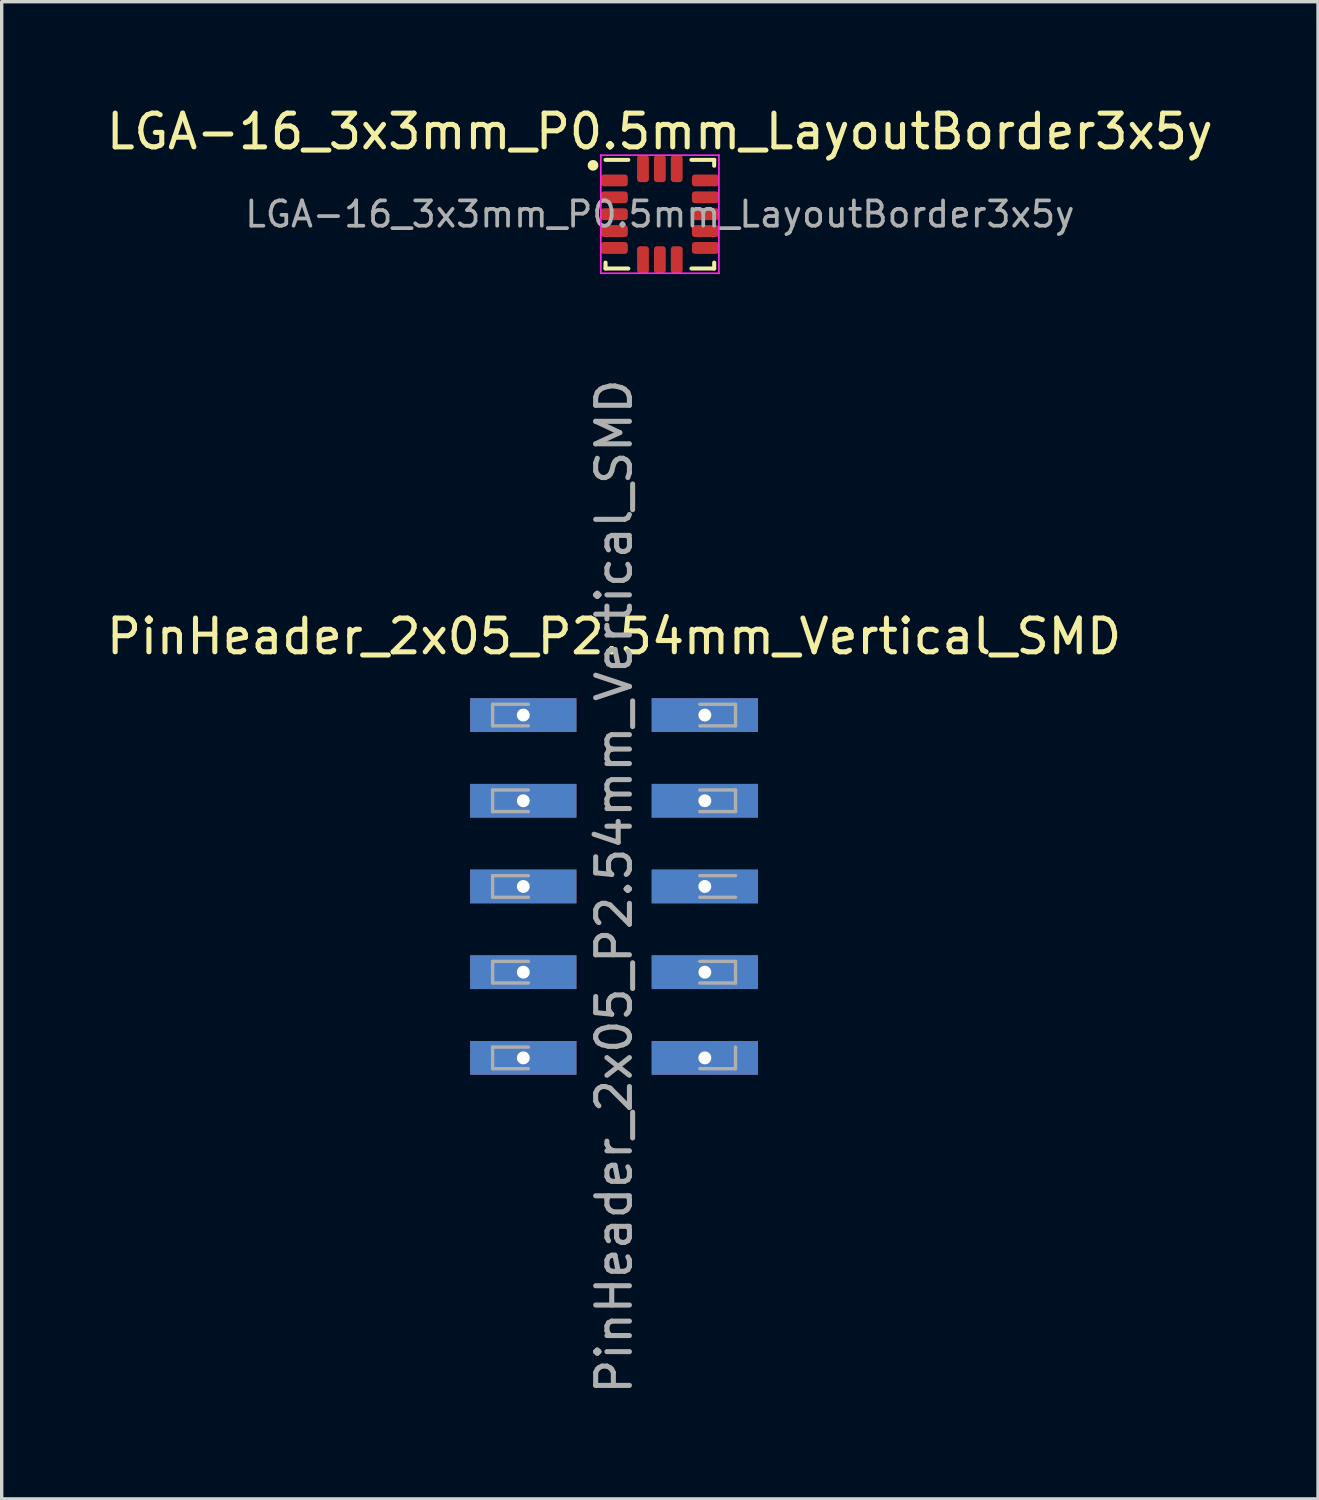
<source format=kicad_pcb>
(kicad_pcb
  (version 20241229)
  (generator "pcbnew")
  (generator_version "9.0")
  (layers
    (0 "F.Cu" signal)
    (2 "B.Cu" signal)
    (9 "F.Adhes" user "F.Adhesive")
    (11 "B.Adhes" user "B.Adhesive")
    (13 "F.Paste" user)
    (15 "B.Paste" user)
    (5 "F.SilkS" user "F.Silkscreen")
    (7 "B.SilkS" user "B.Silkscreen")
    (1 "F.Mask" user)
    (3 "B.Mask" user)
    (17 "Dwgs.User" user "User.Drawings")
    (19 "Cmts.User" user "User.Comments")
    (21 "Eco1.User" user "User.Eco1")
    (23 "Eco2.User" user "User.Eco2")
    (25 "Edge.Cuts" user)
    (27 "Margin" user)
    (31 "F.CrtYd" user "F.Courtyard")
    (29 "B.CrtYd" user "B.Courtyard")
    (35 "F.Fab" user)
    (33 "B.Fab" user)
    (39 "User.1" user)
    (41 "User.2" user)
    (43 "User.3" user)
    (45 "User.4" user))
  (footprint "LGA-16_3x3mm_P0.5mm_LayoutBorder3x5y"
    (layer "F.Cu")
    (at 16.506 3.298)
    (property "Reference" "LGA-16_3x3mm_P0.5mm_LayoutBorder3x5y" (at 0 -2.45 0) (layer "F.SilkS") (effects (font (size 1 1) (thickness 0.15))))
    (attr smd)
    (fp_line (start -1.61 1.61) (end -1.61 1.435) (stroke (width 0.12) (type solid)) (layer "F.SilkS"))
    (fp_line (start -0.935 -1.61) (end -1.61 -1.61) (stroke (width 0.12) (type solid)) (layer "F.SilkS"))
    (fp_line (start -0.935 1.61) (end -1.61 1.61) (stroke (width 0.12) (type solid)) (layer "F.SilkS"))
    (fp_line (start 0.935 -1.61) (end 1.61 -1.61) (stroke (width 0.12) (type solid)) (layer "F.SilkS"))
    (fp_line (start 0.935 1.61) (end 1.61 1.61) (stroke (width 0.12) (type solid)) (layer "F.SilkS"))
    (fp_line (start 1.61 -1.61) (end 1.61 -1.435) (stroke (width 0.12) (type solid)) (layer "F.SilkS"))
    (fp_line (start 1.61 1.61) (end 1.61 1.435) (stroke (width 0.12) (type solid)) (layer "F.SilkS"))
    (fp_circle (center -1.981 -1.448) (end -1.873 -1.448) (stroke (width 0.1) (type solid)) (fill yes) (layer "F.SilkS"))
    (fp_line (start -1.75 -1.75) (end -1.75 1.75) (stroke (width 0.05) (type solid)) (layer "F.CrtYd"))
    (fp_line (start -1.75 1.75) (end 1.75 1.75) (stroke (width 0.05) (type solid)) (layer "F.CrtYd"))
    (fp_line (start 1.75 -1.75) (end -1.75 -1.75) (stroke (width 0.05) (type solid)) (layer "F.CrtYd"))
    (fp_line (start 1.75 1.75) (end 1.75 -1.75) (stroke (width 0.05) (type solid)) (layer "F.CrtYd"))
    (fp_text user "${REFERENCE}" (at 0 0 0) (layer "F.Fab") (effects (font (size 0.75 0.75) (thickness 0.11))))
    (pad "1" smd roundrect (at -1.35 -1) (size 0.8 0.35) (layers "F.Cu" "F.Mask" "F.Paste") (roundrect_rratio 0.25))
    (pad "2" smd roundrect (at -1.35 -0.5) (size 0.8 0.35) (layers "F.Cu" "F.Mask" "F.Paste") (roundrect_rratio 0.25))
    (pad "3" smd roundrect (at -1.35 0) (size 0.8 0.35) (layers "F.Cu" "F.Mask" "F.Paste") (roundrect_rratio 0.25))
    (pad "4" smd roundrect (at -1.35 0.5) (size 0.8 0.35) (layers "F.Cu" "F.Mask" "F.Paste") (roundrect_rratio 0.25))
    (pad "5" smd roundrect (at -1.35 1) (size 0.8 0.35) (layers "F.Cu" "F.Mask" "F.Paste") (roundrect_rratio 0.25))
    (pad "6" smd roundrect (at -0.5 1.35) (size 0.35 0.8) (layers "F.Cu" "F.Mask" "F.Paste") (roundrect_rratio 0.25))
    (pad "7" smd roundrect (at 0 1.35) (size 0.35 0.8) (layers "F.Cu" "F.Mask" "F.Paste") (roundrect_rratio 0.25))
    (pad "8" smd roundrect (at 0.5 1.35) (size 0.35 0.8) (layers "F.Cu" "F.Mask" "F.Paste") (roundrect_rratio 0.25))
    (pad "9" smd roundrect (at 1.35 1) (size 0.8 0.35) (layers "F.Cu" "F.Mask" "F.Paste") (roundrect_rratio 0.25))
    (pad "10" smd roundrect (at 1.35 0.5) (size 0.8 0.35) (layers "F.Cu" "F.Mask" "F.Paste") (roundrect_rratio 0.25))
    (pad "11" smd roundrect (at 1.35 0) (size 0.8 0.35) (layers "F.Cu" "F.Mask" "F.Paste") (roundrect_rratio 0.25))
    (pad "12" smd roundrect (at 1.35 -0.5) (size 0.8 0.35) (layers "F.Cu" "F.Mask" "F.Paste") (roundrect_rratio 0.25))
    (pad "13" smd roundrect (at 1.35 -1) (size 0.8 0.35) (layers "F.Cu" "F.Mask" "F.Paste") (roundrect_rratio 0.25))
    (pad "14" smd roundrect (at 0.5 -1.35) (size 0.35 0.8) (layers "F.Cu" "F.Mask" "F.Paste") (roundrect_rratio 0.25))
    (pad "15" smd roundrect (at 0 -1.35) (size 0.35 0.8) (layers "F.Cu" "F.Mask" "F.Paste") (roundrect_rratio 0.25))
    (pad "16" smd roundrect (at -0.5 -1.35) (size 0.35 0.8) (layers "F.Cu" "F.Mask" "F.Paste") (roundrect_rratio 0.25)))
  (footprint "PinHeader_2x05_P2.54mm_Vertical_SMD"
    (layer "F.Cu")
    (at 15.149 23.222)
    (property "Reference" "PinHeader_2x05_P2.54mm_Vertical_SMD" (at 0 -7.41 0) (layer "F.SilkS") (effects (font (size 1 1) (thickness 0.15))))
    (fp_line (start -3.6 -5.4) (end -3.6 -4.76) (stroke (width 0.1) (type solid)) (layer "F.Fab"))
    (fp_line (start -3.6 -4.76) (end -2.54 -4.76) (stroke (width 0.1) (type solid)) (layer "F.Fab"))
    (fp_line (start -3.6 -2.86) (end -3.6 -2.22) (stroke (width 0.1) (type solid)) (layer "F.Fab"))
    (fp_line (start -3.6 -2.22) (end -2.54 -2.22) (stroke (width 0.1) (type solid)) (layer "F.Fab"))
    (fp_line (start -3.6 -0.32) (end -3.6 0.32) (stroke (width 0.1) (type solid)) (layer "F.Fab"))
    (fp_line (start -3.6 0.32) (end -2.54 0.32) (stroke (width 0.1) (type solid)) (layer "F.Fab"))
    (fp_line (start -3.6 2.22) (end -3.6 2.86) (stroke (width 0.1) (type solid)) (layer "F.Fab"))
    (fp_line (start -3.6 2.86) (end -2.54 2.86) (stroke (width 0.1) (type solid)) (layer "F.Fab"))
    (fp_line (start -3.6 4.76) (end -3.6 5.4) (stroke (width 0.1) (type solid)) (layer "F.Fab"))
    (fp_line (start -3.6 5.4) (end -2.54 5.4) (stroke (width 0.1) (type solid)) (layer "F.Fab"))
    (fp_line (start -2.54 -5.4) (end -3.6 -5.4) (stroke (width 0.1) (type solid)) (layer "F.Fab"))
    (fp_line (start -2.54 -2.86) (end -3.6 -2.86) (stroke (width 0.1) (type solid)) (layer "F.Fab"))
    (fp_line (start -2.54 -0.32) (end -3.6 -0.32) (stroke (width 0.1) (type solid)) (layer "F.Fab"))
    (fp_line (start -2.54 2.22) (end -3.6 2.22) (stroke (width 0.1) (type solid)) (layer "F.Fab"))
    (fp_line (start -2.54 4.76) (end -3.6 4.76) (stroke (width 0.1) (type solid)) (layer "F.Fab"))
    (fp_line (start 2.54 -5.4) (end 3.6 -5.4) (stroke (width 0.1) (type solid)) (layer "F.Fab"))
    (fp_line (start 2.54 -2.86) (end 3.6 -2.86) (stroke (width 0.1) (type solid)) (layer "F.Fab"))
    (fp_line (start 2.54 -0.32) (end 3.6 -0.32) (stroke (width 0.1) (type solid)) (layer "F.Fab"))
    (fp_line (start 2.54 2.22) (end 3.6 2.22) (stroke (width 0.1) (type solid)) (layer "F.Fab"))
    (fp_line (start 3.6 -5.4) (end 3.6 -4.76) (stroke (width 0.1) (type solid)) (layer "F.Fab"))
    (fp_line (start 3.6 -4.76) (end 2.54 -4.76) (stroke (width 0.1) (type solid)) (layer "F.Fab"))
    (fp_line (start 3.6 -2.86) (end 3.6 -2.22) (stroke (width 0.1) (type solid)) (layer "F.Fab"))
    (fp_line (start 3.6 -2.22) (end 2.54 -2.22) (stroke (width 0.1) (type solid)) (layer "F.Fab"))
    (fp_line (start 3.6 0.32) (end 2.54 0.32) (stroke (width 0.1) (type solid)) (layer "F.Fab"))
    (fp_line (start 3.6 2.22) (end 3.6 2.86) (stroke (width 0.1) (type solid)) (layer "F.Fab"))
    (fp_line (start 3.6 2.86) (end 2.54 2.86) (stroke (width 0.1) (type solid)) (layer "F.Fab"))
    (fp_line (start 3.6 4.76) (end 3.6 5.4) (stroke (width 0.1) (type solid)) (layer "F.Fab"))
    (fp_line (start 3.6 5.4) (end 2.54 5.4) (stroke (width 0.1) (type solid)) (layer "F.Fab"))
    (fp_text user "${REFERENCE}" (at 0 0 90) (layer "F.Fab") (effects (font (size 1 1) (thickness 0.15))))
    (pad "1" thru_hole rect (at -2.69 -5.08) (size 3.15 1) (drill 0.381) (layers "*.Cu" "F.Mask" "F.Paste"))
    (pad "2" thru_hole rect (at 2.69 -5.08) (size 3.15 1) (drill 0.381) (layers "*.Cu" "F.Mask" "F.Paste"))
    (pad "3" thru_hole rect (at -2.69 -2.54) (size 3.15 1) (drill 0.381) (layers "*.Cu" "F.Mask" "F.Paste"))
    (pad "4" thru_hole rect (at 2.69 -2.54) (size 3.15 1) (drill 0.381) (layers "*.Cu" "F.Mask" "F.Paste"))
    (pad "5" thru_hole rect (at -2.69 0) (size 3.15 1) (drill 0.381) (layers "*.Cu" "F.Mask" "F.Paste"))
    (pad "6" thru_hole rect (at 2.69 0) (size 3.15 1) (drill 0.381) (layers "*.Cu" "F.Mask" "F.Paste"))
    (pad "7" thru_hole rect (at -2.69 2.54) (size 3.15 1) (drill 0.381) (layers "*.Cu" "F.Mask" "F.Paste"))
    (pad "8" thru_hole rect (at 2.69 2.54) (size 3.15 1) (drill 0.381) (layers "*.Cu" "F.Mask" "F.Paste"))
    (pad "9" thru_hole rect (at -2.69 5.08) (size 3.15 1) (drill 0.381) (layers "*.Cu" "F.Mask" "F.Paste"))
    (pad "10" thru_hole rect (at 2.69 5.08) (size 3.15 1) (drill 0.381) (layers "*.Cu" "F.Mask" "F.Paste")))
  (gr_rect
    (start -3 -3)
    (end 36.012 41.371)
    (stroke (width 0.1) (type default))
    (fill no)
    (layer "Edge.Cuts")))
</source>
